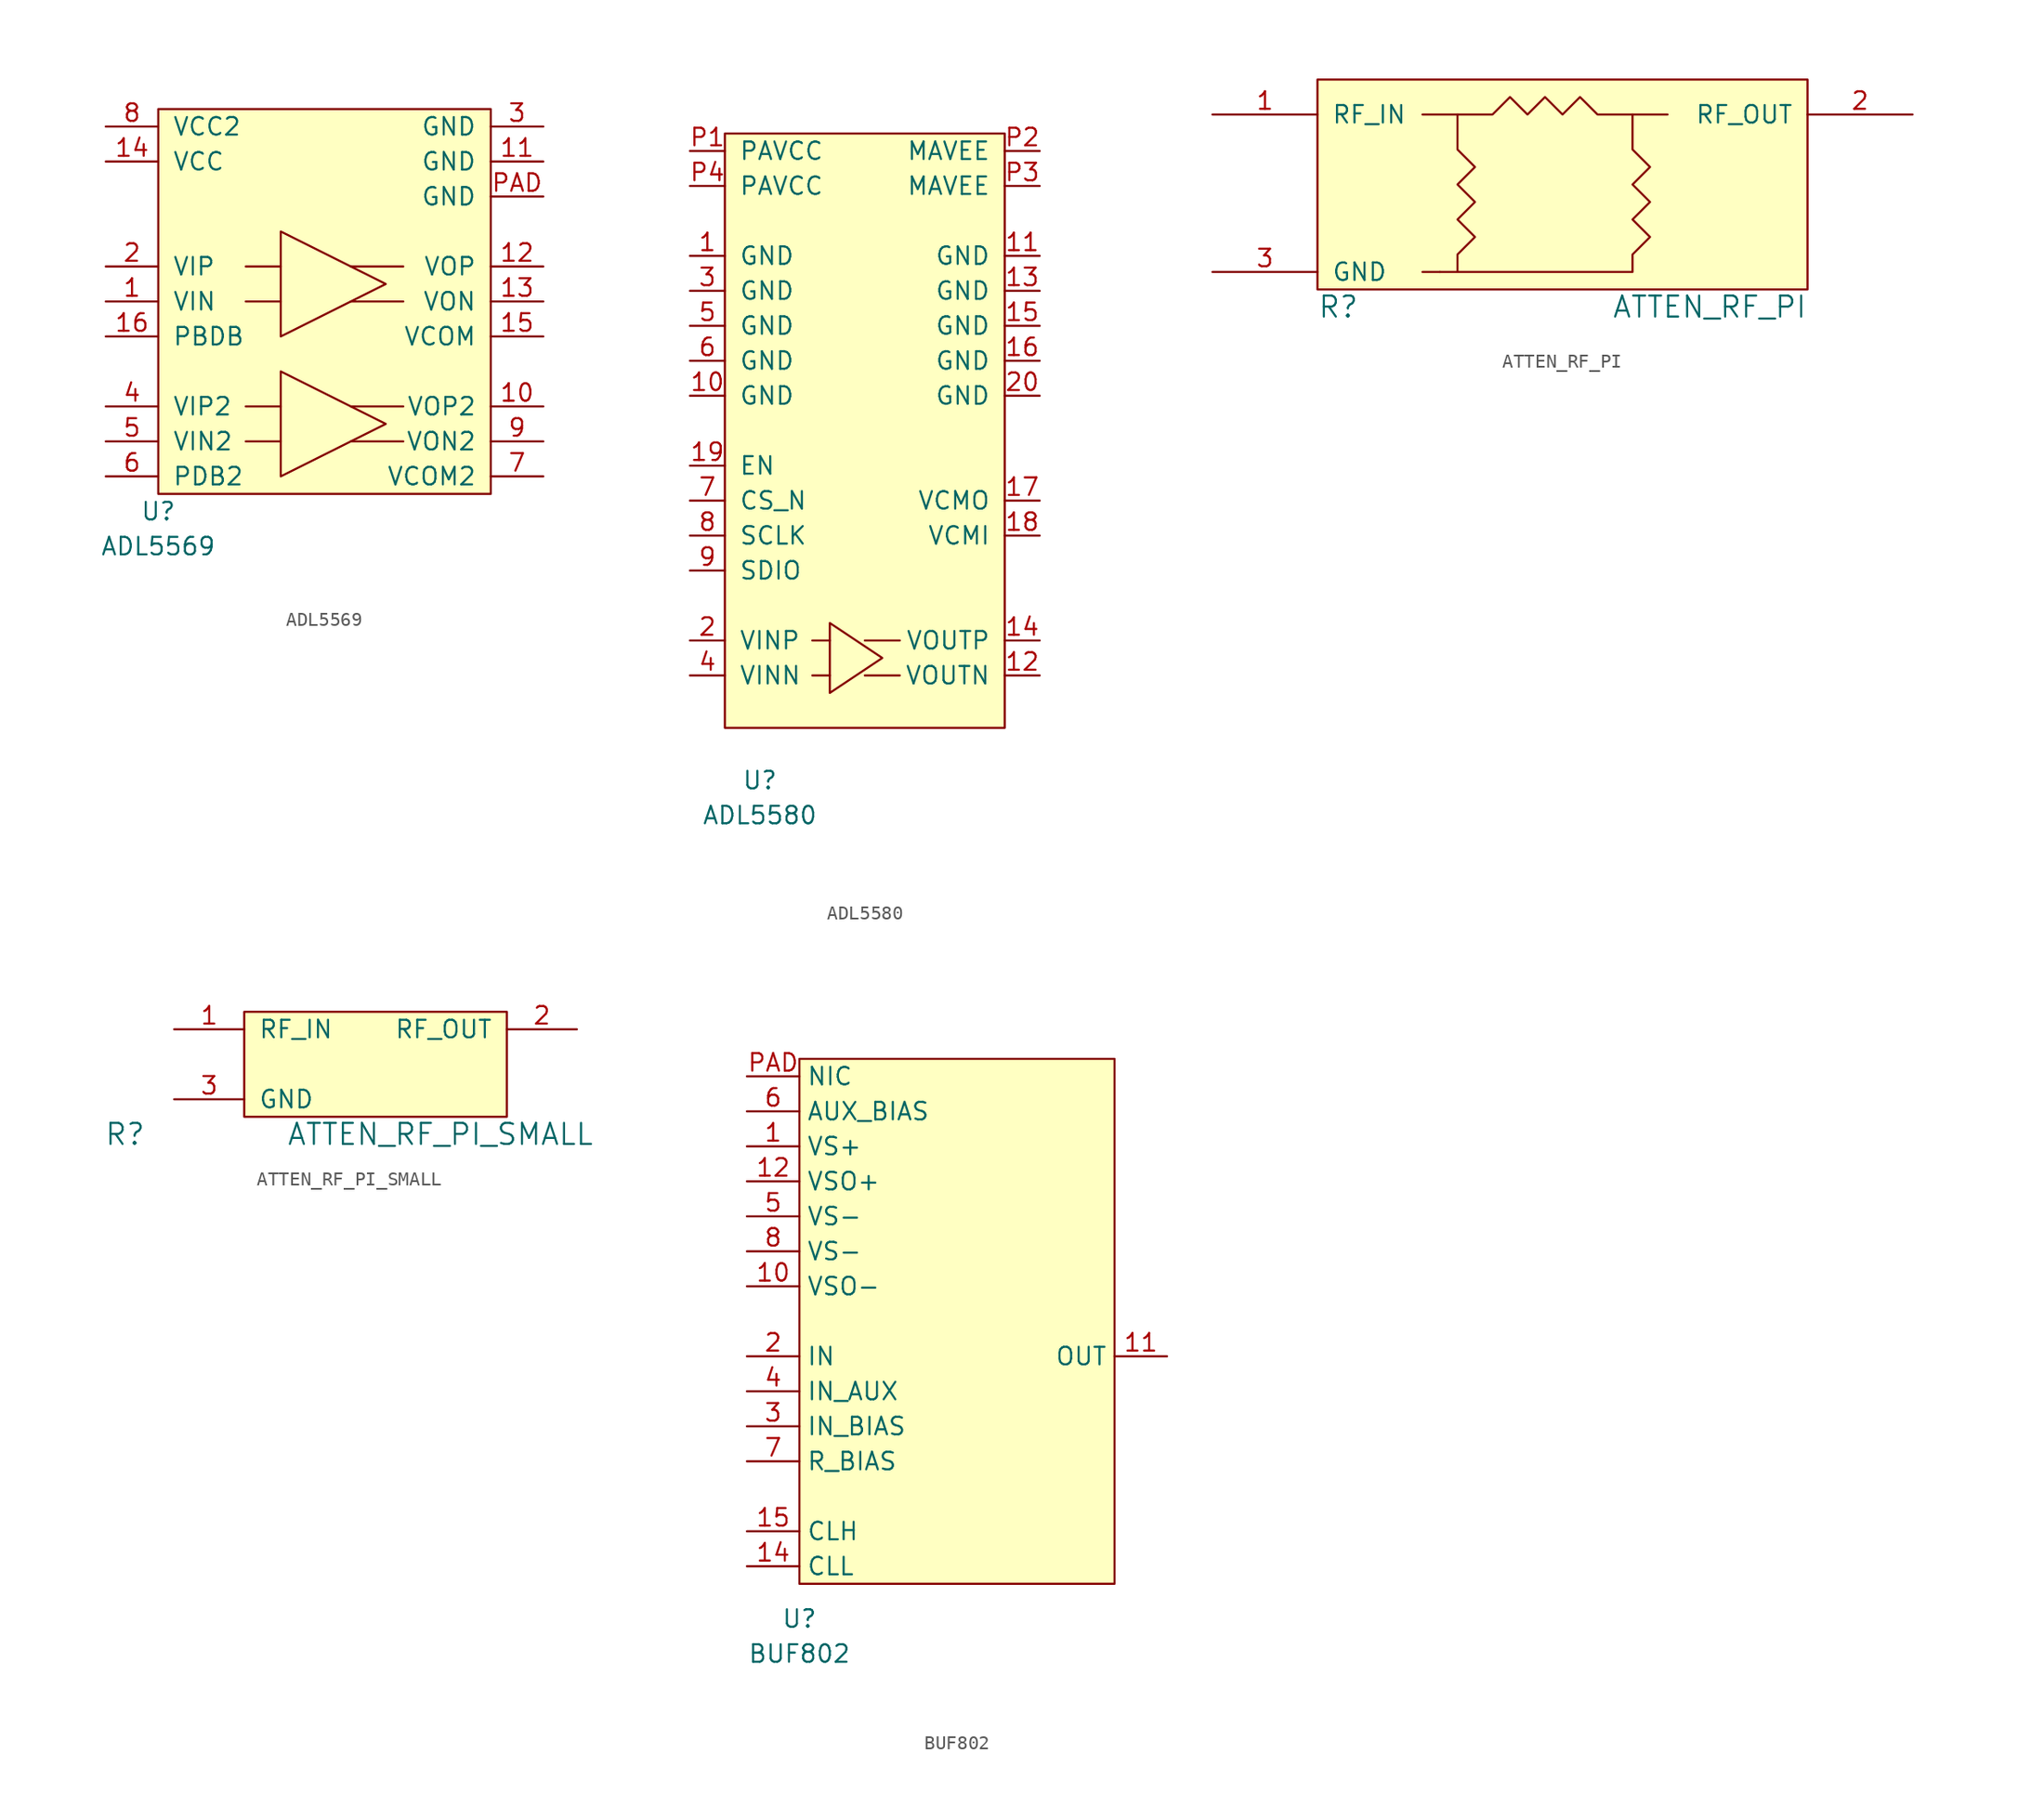
<source format=kicad_sym>
(kicad_symbol_lib
  (version 20211014)
  (generator kicad_symbol_editor)
  (symbol "ADL5569"
    (pin_names
      (offset 1.016))
    (property "Reference" "U"
      (at 0 -1.27 0)
      (effects (font (size 1.27 1.27))))
    (property "Value" "ADL5569"
      (at 0 -3.81 0)
      (effects (font (size 1.27 1.27))))
    (symbol "ADL5569_0_1"
      (polyline (pts (xy 8.89 3.81) (xy 6.35 3.81)) (stroke (width 0) (type default) (color 0 0 0 0)) (fill (type none)))
      (polyline (pts (xy 8.89 6.35) (xy 6.35 6.35)) (stroke (width 0) (type default) (color 0 0 0 0)) (fill (type none)))
      (polyline (pts (xy 8.89 13.97) (xy 6.35 13.97)) (stroke (width 0) (type default) (color 0 0 0 0)) (fill (type none)))
      (polyline (pts (xy 8.89 16.51) (xy 6.35 16.51)) (stroke (width 0) (type default) (color 0 0 0 0)) (fill (type none)))
      (polyline (pts (xy 13.97 3.81) (xy 17.78 3.81)) (stroke (width 0) (type default) (color 0 0 0 0)) (fill (type none)))
      (polyline (pts (xy 13.97 6.35) (xy 17.78 6.35)) (stroke (width 0) (type default) (color 0 0 0 0)) (fill (type none)))
      (polyline (pts (xy 13.97 13.97) (xy 17.78 13.97)) (stroke (width 0) (type default) (color 0 0 0 0)) (fill (type none)))
      (polyline (pts (xy 13.97 16.51) (xy 17.78 16.51)) (stroke (width 0) (type default) (color 0 0 0 0)) (fill (type none)))
      (polyline (pts (xy 8.89 1.27) (xy 8.89 8.89) (xy 16.51 5.08) (xy 8.89 1.27)) (stroke (width 0) (type default) (color 0 0 0 0)) (fill (type none)))
      (polyline (pts (xy 8.89 11.43) (xy 8.89 19.05) (xy 16.51 15.24) (xy 8.89 11.43)) (stroke (width 0) (type default) (color 0 0 0 0)) (fill (type none)))
      (rectangle (start 0 27.94) (end 24.13 0) (stroke (width 0) (type default) (color 0 0 0 0)) (fill (type background))))
    (symbol "ADL5569_1_1"
      (pin input line (at -3.81 13.97 0) (length 3.81) (name "VIN" (effects (font (size 1.27 1.27)))) (number "1" (effects (font (size 1.27 1.27)))))
      (pin output line (at 27.94 6.35 180) (length 3.81) (name "VOP2" (effects (font (size 1.27 1.27)))) (number "10" (effects (font (size 1.27 1.27)))))
      (pin power_in line (at 27.94 24.13 180) (length 3.81) (name "GND" (effects (font (size 1.27 1.27)))) (number "11" (effects (font (size 1.27 1.27)))))
      (pin output line (at 27.94 16.51 180) (length 3.81) (name "VOP" (effects (font (size 1.27 1.27)))) (number "12" (effects (font (size 1.27 1.27)))))
      (pin output line (at 27.94 13.97 180) (length 3.81) (name "VON" (effects (font (size 1.27 1.27)))) (number "13" (effects (font (size 1.27 1.27)))))
      (pin power_in line (at -3.81 24.13 0) (length 3.81) (name "VCC" (effects (font (size 1.27 1.27)))) (number "14" (effects (font (size 1.27 1.27)))))
      (pin input line (at 27.94 11.43 180) (length 3.81) (name "VCOM" (effects (font (size 1.27 1.27)))) (number "15" (effects (font (size 1.27 1.27)))))
      (pin input line (at -3.81 11.43 0) (length 3.81) (name "PBDB" (effects (font (size 1.27 1.27)))) (number "16" (effects (font (size 1.27 1.27)))))
      (pin input line (at -3.81 16.51 0) (length 3.81) (name "VIP" (effects (font (size 1.27 1.27)))) (number "2" (effects (font (size 1.27 1.27)))))
      (pin power_in line (at 27.94 26.67 180) (length 3.81) (name "GND" (effects (font (size 1.27 1.27)))) (number "3" (effects (font (size 1.27 1.27)))))
      (pin input line (at -3.81 6.35 0) (length 3.81) (name "VIP2" (effects (font (size 1.27 1.27)))) (number "4" (effects (font (size 1.27 1.27)))))
      (pin input line (at -3.81 3.81 0) (length 3.81) (name "VIN2" (effects (font (size 1.27 1.27)))) (number "5" (effects (font (size 1.27 1.27)))))
      (pin input line (at -3.81 1.27 0) (length 3.81) (name "PDB2" (effects (font (size 1.27 1.27)))) (number "6" (effects (font (size 1.27 1.27)))))
      (pin input line (at 27.94 1.27 180) (length 3.81) (name "VCOM2" (effects (font (size 1.27 1.27)))) (number "7" (effects (font (size 1.27 1.27)))))
      (pin power_in line (at -3.81 26.67 0) (length 3.81) (name "VCC2" (effects (font (size 1.27 1.27)))) (number "8" (effects (font (size 1.27 1.27)))))
      (pin output line (at 27.94 3.81 180) (length 3.81) (name "VON2" (effects (font (size 1.27 1.27)))) (number "9" (effects (font (size 1.27 1.27)))))
      (pin input line (at 27.94 21.59 180) (length 3.81) (name "GND" (effects (font (size 1.27 1.27)))) (number "PAD" (effects (font (size 1.27 1.27)))))))
  (symbol "ADL5580"
    (pin_names
      (offset 1.016))
    (property "Reference" "U"
      (at 2.54 -3.81 0)
      (effects (font (size 1.27 1.27))))
    (property "Value" "ADL5580"
      (at 2.54 -6.35 0)
      (effects (font (size 1.27 1.27))))
    (symbol "ADL5580_0_1"
      (polyline (pts (xy 7.62 3.81) (xy 6.35 3.81)) (stroke (width 0) (type default) (color 0 0 0 0)) (fill (type none)))
      (polyline (pts (xy 7.62 6.35) (xy 6.35 6.35)) (stroke (width 0) (type default) (color 0 0 0 0)) (fill (type none)))
      (polyline (pts (xy 10.16 3.81) (xy 12.7 3.81)) (stroke (width 0) (type default) (color 0 0 0 0)) (fill (type none)))
      (polyline (pts (xy 10.16 6.35) (xy 12.7 6.35)) (stroke (width 0) (type default) (color 0 0 0 0)) (fill (type none)))
      (polyline (pts (xy 7.62 2.54) (xy 7.62 7.62) (xy 11.43 5.08) (xy 7.62 2.54)) (stroke (width 0) (type default) (color 0 0 0 0)) (fill (type none)))
      (rectangle (start 0 43.18) (end 20.32 0) (stroke (width 0) (type default) (color 0 0 0 0)) (fill (type background))))
    (symbol "ADL5580_1_1"
      (pin power_in line (at -2.54 34.29 0) (length 2.54) (name "GND" (effects (font (size 1.27 1.27)))) (number "1" (effects (font (size 1.27 1.27)))))
      (pin power_in line (at -2.54 24.13 0) (length 2.54) (name "GND" (effects (font (size 1.27 1.27)))) (number "10" (effects (font (size 1.27 1.27)))))
      (pin power_in line (at 22.86 34.29 180) (length 2.54) (name "GND" (effects (font (size 1.27 1.27)))) (number "11" (effects (font (size 1.27 1.27)))))
      (pin output line (at 22.86 3.81 180) (length 2.54) (name "VOUTN" (effects (font (size 1.27 1.27)))) (number "12" (effects (font (size 1.27 1.27)))))
      (pin power_in line (at 22.86 31.75 180) (length 2.54) (name "GND" (effects (font (size 1.27 1.27)))) (number "13" (effects (font (size 1.27 1.27)))))
      (pin output line (at 22.86 6.35 180) (length 2.54) (name "VOUTP" (effects (font (size 1.27 1.27)))) (number "14" (effects (font (size 1.27 1.27)))))
      (pin power_in line (at 22.86 29.21 180) (length 2.54) (name "GND" (effects (font (size 1.27 1.27)))) (number "15" (effects (font (size 1.27 1.27)))))
      (pin power_in line (at 22.86 26.67 180) (length 2.54) (name "GND" (effects (font (size 1.27 1.27)))) (number "16" (effects (font (size 1.27 1.27)))))
      (pin passive line (at 22.86 16.51 180) (length 2.54) (name "VCMO" (effects (font (size 1.27 1.27)))) (number "17" (effects (font (size 1.27 1.27)))))
      (pin passive line (at 22.86 13.97 180) (length 2.54) (name "VCMI" (effects (font (size 1.27 1.27)))) (number "18" (effects (font (size 1.27 1.27)))))
      (pin input line (at -2.54 19.05 0) (length 2.54) (name "EN" (effects (font (size 1.27 1.27)))) (number "19" (effects (font (size 1.27 1.27)))))
      (pin input line (at -2.54 6.35 0) (length 2.54) (name "VINP" (effects (font (size 1.27 1.27)))) (number "2" (effects (font (size 1.27 1.27)))))
      (pin power_in line (at 22.86 24.13 180) (length 2.54) (name "GND" (effects (font (size 1.27 1.27)))) (number "20" (effects (font (size 1.27 1.27)))))
      (pin power_in line (at -2.54 31.75 0) (length 2.54) (name "GND" (effects (font (size 1.27 1.27)))) (number "3" (effects (font (size 1.27 1.27)))))
      (pin input line (at -2.54 3.81 0) (length 2.54) (name "VINN" (effects (font (size 1.27 1.27)))) (number "4" (effects (font (size 1.27 1.27)))))
      (pin power_in line (at -2.54 29.21 0) (length 2.54) (name "GND" (effects (font (size 1.27 1.27)))) (number "5" (effects (font (size 1.27 1.27)))))
      (pin power_in line (at -2.54 26.67 0) (length 2.54) (name "GND" (effects (font (size 1.27 1.27)))) (number "6" (effects (font (size 1.27 1.27)))))
      (pin input line (at -2.54 16.51 0) (length 2.54) (name "CS_N" (effects (font (size 1.27 1.27)))) (number "7" (effects (font (size 1.27 1.27)))))
      (pin input line (at -2.54 13.97 0) (length 2.54) (name "SCLK" (effects (font (size 1.27 1.27)))) (number "8" (effects (font (size 1.27 1.27)))))
      (pin bidirectional line (at -2.54 11.43 0) (length 2.54) (name "SDIO" (effects (font (size 1.27 1.27)))) (number "9" (effects (font (size 1.27 1.27)))))
      (pin power_in line (at -2.54 41.91 0) (length 2.54) (name "PAVCC" (effects (font (size 1.27 1.27)))) (number "P1" (effects (font (size 1.27 1.27)))))
      (pin power_in line (at 22.86 41.91 180) (length 2.54) (name "MAVEE" (effects (font (size 1.27 1.27)))) (number "P2" (effects (font (size 1.27 1.27)))))
      (pin power_in line (at 22.86 39.37 180) (length 2.54) (name "MAVEE" (effects (font (size 1.27 1.27)))) (number "P3" (effects (font (size 1.27 1.27)))))
      (pin power_in line (at -2.54 39.37 0) (length 2.54) (name "PAVCC" (effects (font (size 1.27 1.27)))) (number "P4" (effects (font (size 1.27 1.27)))))))
  (symbol "ATTEN_RF_PI"
    (pin_names
      (offset 1.016))
    (property "Reference" "R"
      (at -10.16 -1.27 0)
      (effects (font (size 1.524 1.524)) (justify left)))
    (property "Value" "ATTEN_RF_PI"
      (at 25.4 -1.27 0)
      (effects (font (size 1.524 1.524)) (justify right)))
    (symbol "ATTEN_RF_PI_0_1"
      (rectangle (start -10.16 15.24) (end 25.4 0) (stroke (width 0) (type default) (color 0 0 0 0)) (fill (type background)))
      (polyline (pts (xy -1.27 1.27) (xy -2.54 1.27)) (stroke (width 0) (type default) (color 0 0 0 0)) (fill (type none)))
      (polyline (pts (xy 0 12.7) (xy -2.54 12.7)) (stroke (width 0) (type default) (color 0 0 0 0)) (fill (type none)))
      (polyline (pts (xy 12.7 12.7) (xy 15.24 12.7)) (stroke (width 0) (type default) (color 0 0 0 0)) (fill (type none)))
      (polyline (pts (xy -1.27 1.27) (xy 0 1.27) (xy 0 2.54) (xy 1.27 3.81) (xy 0 5.08) (xy 1.27 6.35) (xy 0 7.62) (xy 1.27 8.89) (xy 0 10.16) (xy 0 12.7) (xy 2.54 12.7) (xy 3.81 13.97) (xy 5.08 12.7) (xy 6.35 13.97) (xy 7.62 12.7) (xy 8.89 13.97) (xy 10.16 12.7) (xy 12.7 12.7) (xy 12.7 10.16) (xy 13.97 8.89) (xy 12.7 7.62) (xy 13.97 6.35) (xy 12.7 5.08) (xy 13.97 3.81) (xy 12.7 2.54) (xy 12.7 1.27) (xy 0 1.27)) (stroke (width 0) (type default) (color 0 0 0 0)) (fill (type none))))
    (symbol "ATTEN_RF_PI_1_1"
      (pin passive line (at -17.78 12.7 0) (length 7.62) (name "RF_IN" (effects (font (size 1.27 1.27)))) (number "1" (effects (font (size 1.27 1.27)))))
      (pin passive line (at 33.02 12.7 180) (length 7.62) (name "RF_OUT" (effects (font (size 1.27 1.27)))) (number "2" (effects (font (size 1.27 1.27)))))
      (pin passive line (at -17.78 1.27 0) (length 7.62) (name "GND" (effects (font (size 1.27 1.27)))) (number "3" (effects (font (size 1.27 1.27)))))))
  (symbol "ATTEN_RF_PI_SMALL"
    (pin_names
      (offset 1.016))
    (property "Reference" "R"
      (at -10.16 -1.27 0)
      (effects (font (size 1.524 1.524)) (justify left)))
    (property "Value" "ATTEN_RF_PI_SMALL"
      (at 25.4 -1.27 0)
      (effects (font (size 1.524 1.524)) (justify right)))
    (symbol "ATTEN_RF_PI_SMALL_0_1"
      (rectangle (start 0 7.62) (end 19.05 0) (stroke (width 0) (type default) (color 0 0 0 0)) (fill (type background))))
    (symbol "ATTEN_RF_PI_SMALL_1_1"
      (pin passive line (at -5.08 6.35 0) (length 5.08) (name "RF_IN" (effects (font (size 1.27 1.27)))) (number "1" (effects (font (size 1.27 1.27)))))
      (pin passive line (at 24.13 6.35 180) (length 5.08) (name "RF_OUT" (effects (font (size 1.27 1.27)))) (number "2" (effects (font (size 1.27 1.27)))))
      (pin passive line (at -5.08 1.27 0) (length 5.08) (name "GND" (effects (font (size 1.27 1.27)))) (number "3" (effects (font (size 1.27 1.27)))))))
  (symbol "BUF802"
    (property "Reference" "U"
      (at 0 -2.54 0)
      (effects (font (size 1.27 1.27))))
    (property "Value" "BUF802"
      (at 0 -5.08 0)
      (effects (font (size 1.27 1.27))))
    (symbol "BUF802_0_1"
      (rectangle (start 0 38.1) (end 22.86 0) (stroke (width 0.152) (type default) (color 0 0 0 0)) (fill (type background))))
    (symbol "BUF802_1_1"
      (pin power_in line (at -3.81 31.75 0) (length 3.81) (name "VS+" (effects (font (size 1.27 1.27)))) (number "1" (effects (font (size 1.27 1.27)))))
      (pin power_in line (at -3.81 21.59 0) (length 3.81) (name "VSO-" (effects (font (size 1.27 1.27)))) (number "10" (effects (font (size 1.27 1.27)))))
      (pin output line (at 26.67 16.51 180) (length 3.81) (name "OUT" (effects (font (size 1.27 1.27)))) (number "11" (effects (font (size 1.27 1.27)))))
      (pin power_in line (at -3.81 29.21 0) (length 3.81) (name "VSO+" (effects (font (size 1.27 1.27)))) (number "12" (effects (font (size 1.27 1.27)))))
      (pin input line (at -3.81 1.27 0) (length 3.81) (name "CLL" (effects (font (size 1.27 1.27)))) (number "14" (effects (font (size 1.27 1.27)))))
      (pin input line (at -3.81 3.81 0) (length 3.81) (name "CLH" (effects (font (size 1.27 1.27)))) (number "15" (effects (font (size 1.27 1.27)))))
      (pin input line (at -3.81 16.51 0) (length 3.81) (name "IN" (effects (font (size 1.27 1.27)))) (number "2" (effects (font (size 1.27 1.27)))))
      (pin input line (at -3.81 11.43 0) (length 3.81) (name "IN_BIAS" (effects (font (size 1.27 1.27)))) (number "3" (effects (font (size 1.27 1.27)))))
      (pin input line (at -3.81 13.97 0) (length 3.81) (name "IN_AUX" (effects (font (size 1.27 1.27)))) (number "4" (effects (font (size 1.27 1.27)))))
      (pin power_in line (at -3.81 26.67 0) (length 3.81) (name "VS-" (effects (font (size 1.27 1.27)))) (number "5" (effects (font (size 1.27 1.27)))))
      (pin power_in line (at -3.81 34.29 0) (length 3.81) (name "AUX_BIAS" (effects (font (size 1.27 1.27)))) (number "6" (effects (font (size 1.27 1.27)))))
      (pin input line (at -3.81 8.89 0) (length 3.81) (name "R_BIAS" (effects (font (size 1.27 1.27)))) (number "7" (effects (font (size 1.27 1.27)))))
      (pin power_in line (at -3.81 24.13 0) (length 3.81) (name "VS-" (effects (font (size 1.27 1.27)))) (number "8" (effects (font (size 1.27 1.27)))))
      (pin free line (at -3.81 36.83 0) (length 3.81) (name "NIC" (effects (font (size 1.27 1.27)))) (number "PAD" (effects (font (size 1.27 1.27))))))))
</source>
